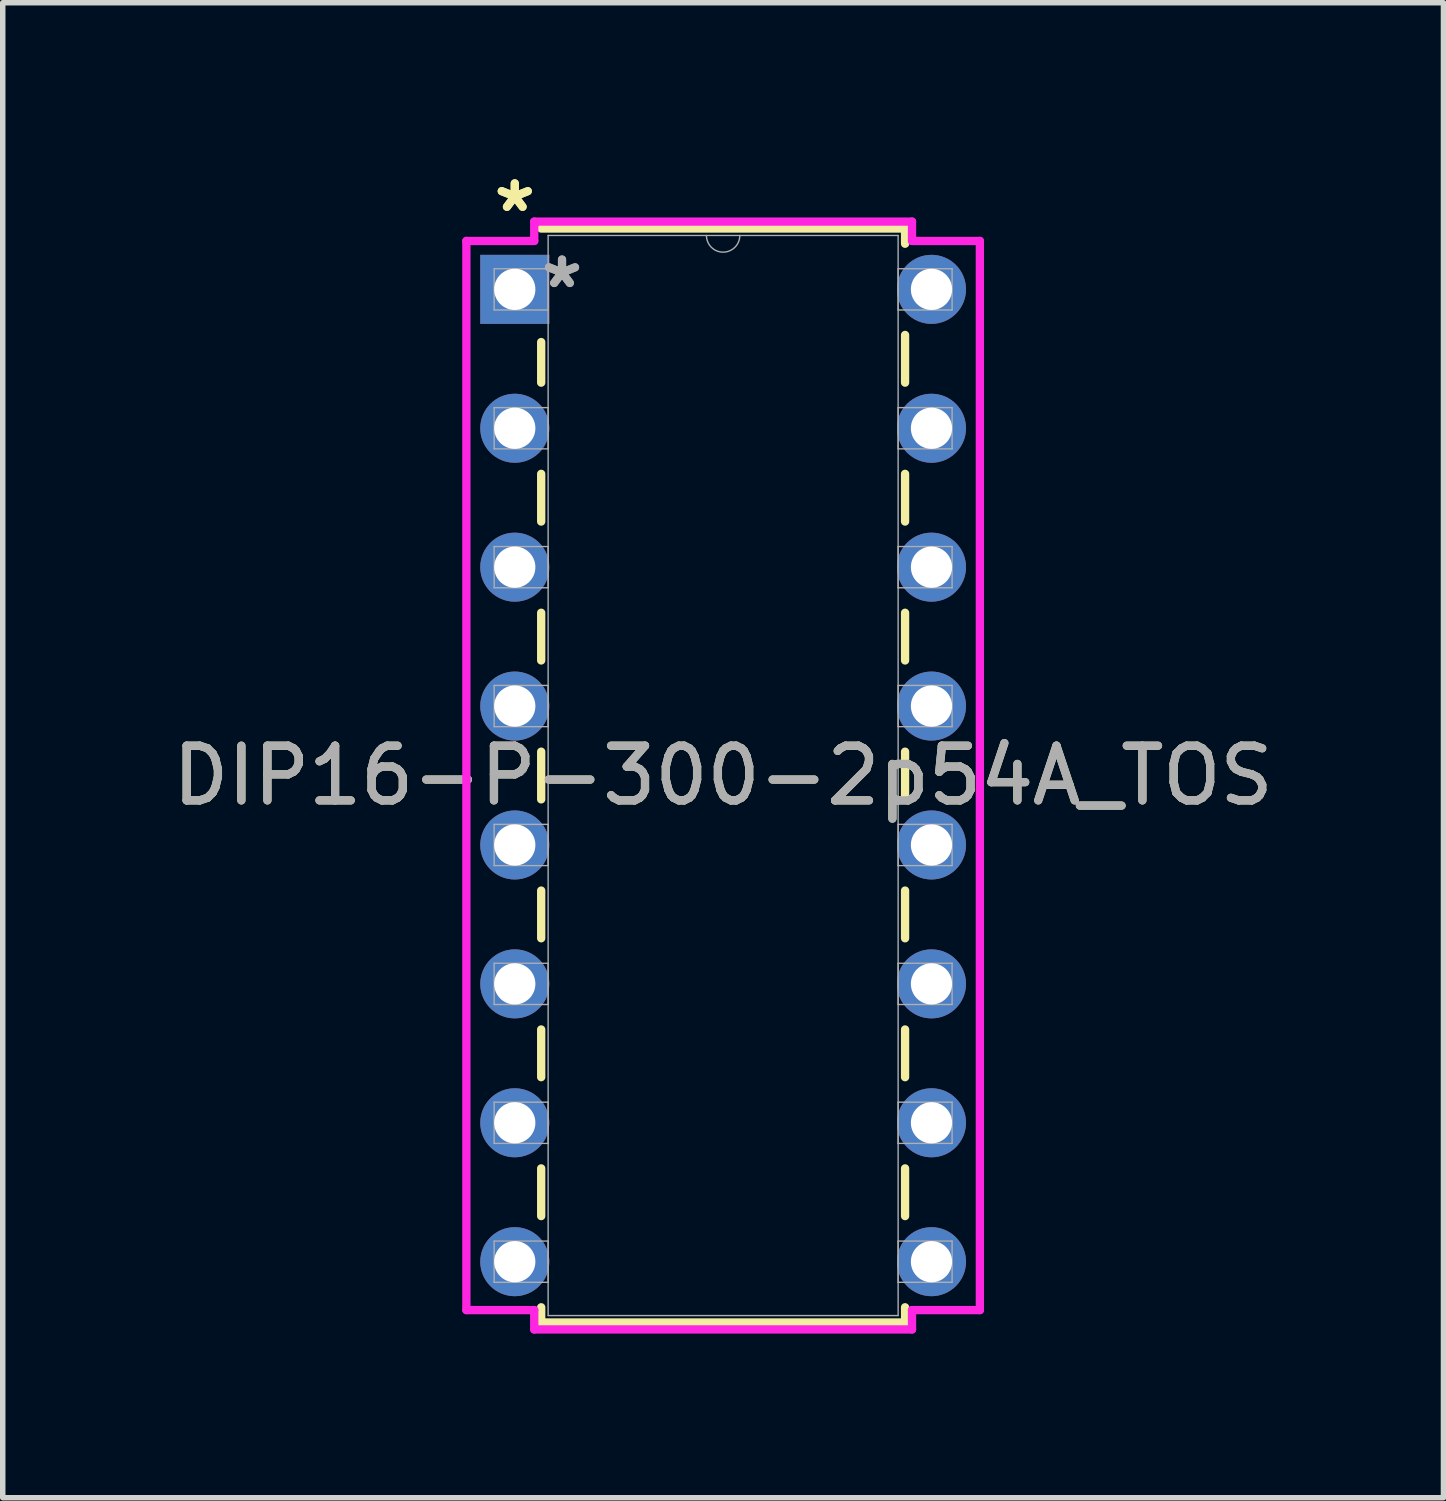
<source format=kicad_pcb>
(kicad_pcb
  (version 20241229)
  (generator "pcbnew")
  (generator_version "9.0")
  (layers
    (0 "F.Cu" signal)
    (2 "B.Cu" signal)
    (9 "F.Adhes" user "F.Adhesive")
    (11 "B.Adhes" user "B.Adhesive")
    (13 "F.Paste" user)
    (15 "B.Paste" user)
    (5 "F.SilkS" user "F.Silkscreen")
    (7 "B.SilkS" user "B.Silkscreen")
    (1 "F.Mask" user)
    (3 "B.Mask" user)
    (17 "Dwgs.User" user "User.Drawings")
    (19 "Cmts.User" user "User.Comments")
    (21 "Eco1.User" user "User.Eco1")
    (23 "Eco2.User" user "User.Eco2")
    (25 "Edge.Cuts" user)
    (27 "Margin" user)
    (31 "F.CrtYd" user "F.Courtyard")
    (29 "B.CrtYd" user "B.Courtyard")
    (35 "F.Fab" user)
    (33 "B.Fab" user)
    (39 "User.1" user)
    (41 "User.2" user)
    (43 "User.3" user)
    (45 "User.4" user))
  (footprint "DIP16-P-300-2p54A_TOS"
    (layer "F.Cu")
    (at 6.363 2.241)
    (property "Reference" "DIP16-P-300-2p54A_TOS" (at 3.81 8.89 0) (unlocked yes) (layer "F.SilkS") (effects (font (size 1 1) (thickness 0.15))))
    (attr through_hole)
    (fp_line (start 0.483 0.964) (end 0.483 1.706) (stroke (width 0.152) (type solid)) (layer "F.SilkS"))
    (fp_line (start 0.483 3.374) (end 0.483 4.246) (stroke (width 0.152) (type solid)) (layer "F.SilkS"))
    (fp_line (start 0.483 5.914) (end 0.483 6.786) (stroke (width 0.152) (type solid)) (layer "F.SilkS"))
    (fp_line (start 0.483 8.454) (end 0.483 9.326) (stroke (width 0.152) (type solid)) (layer "F.SilkS"))
    (fp_line (start 0.483 10.994) (end 0.483 11.866) (stroke (width 0.152) (type solid)) (layer "F.SilkS"))
    (fp_line (start 0.483 13.534) (end 0.483 14.406) (stroke (width 0.152) (type solid)) (layer "F.SilkS"))
    (fp_line (start 0.483 16.074) (end 0.483 16.946) (stroke (width 0.152) (type solid)) (layer "F.SilkS"))
    (fp_line (start 0.483 18.614) (end 0.483 18.892) (stroke (width 0.152) (type solid)) (layer "F.SilkS"))
    (fp_line (start 0.483 18.892) (end 7.137 18.892) (stroke (width 0.152) (type solid)) (layer "F.SilkS"))
    (fp_line (start 7.137 -1.112) (end 0.483 -1.112) (stroke (width 0.152) (type solid)) (layer "F.SilkS"))
    (fp_line (start 7.137 -0.834) (end 7.137 -1.112) (stroke (width 0.152) (type solid)) (layer "F.SilkS"))
    (fp_line (start 7.137 1.706) (end 7.137 0.834) (stroke (width 0.152) (type solid)) (layer "F.SilkS"))
    (fp_line (start 7.137 4.246) (end 7.137 3.374) (stroke (width 0.152) (type solid)) (layer "F.SilkS"))
    (fp_line (start 7.137 6.786) (end 7.137 5.914) (stroke (width 0.152) (type solid)) (layer "F.SilkS"))
    (fp_line (start 7.137 9.326) (end 7.137 8.454) (stroke (width 0.152) (type solid)) (layer "F.SilkS"))
    (fp_line (start 7.137 11.866) (end 7.137 10.994) (stroke (width 0.152) (type solid)) (layer "F.SilkS"))
    (fp_line (start 7.137 14.406) (end 7.137 13.534) (stroke (width 0.152) (type solid)) (layer "F.SilkS"))
    (fp_line (start 7.137 16.946) (end 7.137 16.074) (stroke (width 0.152) (type solid)) (layer "F.SilkS"))
    (fp_line (start 7.137 18.892) (end 7.137 18.614) (stroke (width 0.152) (type solid)) (layer "F.SilkS"))
    (fp_line (start -0.885 -0.885) (end 0.356 -0.885) (stroke (width 0.152) (type solid)) (layer "F.CrtYd"))
    (fp_line (start -0.885 18.665) (end -0.885 -0.885) (stroke (width 0.152) (type solid)) (layer "F.CrtYd"))
    (fp_line (start 0.356 -1.239) (end 7.264 -1.239) (stroke (width 0.152) (type solid)) (layer "F.CrtYd"))
    (fp_line (start 0.356 -0.885) (end 0.356 -1.239) (stroke (width 0.152) (type solid)) (layer "F.CrtYd"))
    (fp_line (start 0.356 18.665) (end -0.885 18.665) (stroke (width 0.152) (type solid)) (layer "F.CrtYd"))
    (fp_line (start 0.356 19.019) (end 0.356 18.665) (stroke (width 0.152) (type solid)) (layer "F.CrtYd"))
    (fp_line (start 7.264 -1.239) (end 7.264 -0.885) (stroke (width 0.152) (type solid)) (layer "F.CrtYd"))
    (fp_line (start 7.264 18.665) (end 7.264 19.019) (stroke (width 0.152) (type solid)) (layer "F.CrtYd"))
    (fp_line (start 7.264 19.019) (end 0.356 19.019) (stroke (width 0.152) (type solid)) (layer "F.CrtYd"))
    (fp_line (start 8.505 -0.885) (end 7.264 -0.885) (stroke (width 0.152) (type solid)) (layer "F.CrtYd"))
    (fp_line (start 8.505 -0.885) (end 8.505 18.665) (stroke (width 0.152) (type solid)) (layer "F.CrtYd"))
    (fp_line (start 8.505 18.665) (end 7.264 18.665) (stroke (width 0.152) (type solid)) (layer "F.CrtYd"))
    (fp_line (start -0.377 -0.377) (end -0.377 0.377) (stroke (width 0.025) (type solid)) (layer "F.Fab"))
    (fp_line (start -0.377 0.377) (end 0.61 0.377) (stroke (width 0.025) (type solid)) (layer "F.Fab"))
    (fp_line (start -0.377 2.163) (end -0.377 2.917) (stroke (width 0.025) (type solid)) (layer "F.Fab"))
    (fp_line (start -0.377 2.917) (end 0.61 2.917) (stroke (width 0.025) (type solid)) (layer "F.Fab"))
    (fp_line (start -0.377 4.703) (end -0.377 5.457) (stroke (width 0.025) (type solid)) (layer "F.Fab"))
    (fp_line (start -0.377 5.457) (end 0.61 5.457) (stroke (width 0.025) (type solid)) (layer "F.Fab"))
    (fp_line (start -0.377 7.243) (end -0.377 7.997) (stroke (width 0.025) (type solid)) (layer "F.Fab"))
    (fp_line (start -0.377 7.997) (end 0.61 7.997) (stroke (width 0.025) (type solid)) (layer "F.Fab"))
    (fp_line (start -0.377 9.783) (end -0.377 10.537) (stroke (width 0.025) (type solid)) (layer "F.Fab"))
    (fp_line (start -0.377 10.537) (end 0.61 10.537) (stroke (width 0.025) (type solid)) (layer "F.Fab"))
    (fp_line (start -0.377 12.323) (end -0.377 13.077) (stroke (width 0.025) (type solid)) (layer "F.Fab"))
    (fp_line (start -0.377 13.077) (end 0.61 13.077) (stroke (width 0.025) (type solid)) (layer "F.Fab"))
    (fp_line (start -0.377 14.863) (end -0.377 15.617) (stroke (width 0.025) (type solid)) (layer "F.Fab"))
    (fp_line (start -0.377 15.617) (end 0.61 15.617) (stroke (width 0.025) (type solid)) (layer "F.Fab"))
    (fp_line (start -0.377 17.403) (end -0.377 18.157) (stroke (width 0.025) (type solid)) (layer "F.Fab"))
    (fp_line (start -0.377 18.157) (end 0.61 18.157) (stroke (width 0.025) (type solid)) (layer "F.Fab"))
    (fp_line (start 0.61 -0.985) (end 0.61 18.765) (stroke (width 0.025) (type solid)) (layer "F.Fab"))
    (fp_line (start 0.61 -0.377) (end -0.377 -0.377) (stroke (width 0.025) (type solid)) (layer "F.Fab"))
    (fp_line (start 0.61 0.377) (end 0.61 -0.377) (stroke (width 0.025) (type solid)) (layer "F.Fab"))
    (fp_line (start 0.61 2.163) (end -0.377 2.163) (stroke (width 0.025) (type solid)) (layer "F.Fab"))
    (fp_line (start 0.61 2.917) (end 0.61 2.163) (stroke (width 0.025) (type solid)) (layer "F.Fab"))
    (fp_line (start 0.61 4.703) (end -0.377 4.703) (stroke (width 0.025) (type solid)) (layer "F.Fab"))
    (fp_line (start 0.61 5.457) (end 0.61 4.703) (stroke (width 0.025) (type solid)) (layer "F.Fab"))
    (fp_line (start 0.61 7.243) (end -0.377 7.243) (stroke (width 0.025) (type solid)) (layer "F.Fab"))
    (fp_line (start 0.61 7.997) (end 0.61 7.243) (stroke (width 0.025) (type solid)) (layer "F.Fab"))
    (fp_line (start 0.61 9.783) (end -0.377 9.783) (stroke (width 0.025) (type solid)) (layer "F.Fab"))
    (fp_line (start 0.61 10.537) (end 0.61 9.783) (stroke (width 0.025) (type solid)) (layer "F.Fab"))
    (fp_line (start 0.61 12.323) (end -0.377 12.323) (stroke (width 0.025) (type solid)) (layer "F.Fab"))
    (fp_line (start 0.61 13.077) (end 0.61 12.323) (stroke (width 0.025) (type solid)) (layer "F.Fab"))
    (fp_line (start 0.61 14.863) (end -0.377 14.863) (stroke (width 0.025) (type solid)) (layer "F.Fab"))
    (fp_line (start 0.61 15.617) (end 0.61 14.863) (stroke (width 0.025) (type solid)) (layer "F.Fab"))
    (fp_line (start 0.61 17.403) (end -0.377 17.403) (stroke (width 0.025) (type solid)) (layer "F.Fab"))
    (fp_line (start 0.61 18.157) (end 0.61 17.403) (stroke (width 0.025) (type solid)) (layer "F.Fab"))
    (fp_line (start 0.61 18.765) (end 7.01 18.765) (stroke (width 0.025) (type solid)) (layer "F.Fab"))
    (fp_line (start 7.01 -0.985) (end 0.61 -0.985) (stroke (width 0.025) (type solid)) (layer "F.Fab"))
    (fp_line (start 7.01 -0.377) (end 7.01 0.377) (stroke (width 0.025) (type solid)) (layer "F.Fab"))
    (fp_line (start 7.01 0.377) (end 7.997 0.377) (stroke (width 0.025) (type solid)) (layer "F.Fab"))
    (fp_line (start 7.01 2.163) (end 7.01 2.917) (stroke (width 0.025) (type solid)) (layer "F.Fab"))
    (fp_line (start 7.01 2.917) (end 7.997 2.917) (stroke (width 0.025) (type solid)) (layer "F.Fab"))
    (fp_line (start 7.01 4.703) (end 7.01 5.457) (stroke (width 0.025) (type solid)) (layer "F.Fab"))
    (fp_line (start 7.01 5.457) (end 7.997 5.457) (stroke (width 0.025) (type solid)) (layer "F.Fab"))
    (fp_line (start 7.01 7.243) (end 7.01 7.997) (stroke (width 0.025) (type solid)) (layer "F.Fab"))
    (fp_line (start 7.01 7.997) (end 7.997 7.997) (stroke (width 0.025) (type solid)) (layer "F.Fab"))
    (fp_line (start 7.01 9.783) (end 7.01 10.537) (stroke (width 0.025) (type solid)) (layer "F.Fab"))
    (fp_line (start 7.01 10.537) (end 7.997 10.537) (stroke (width 0.025) (type solid)) (layer "F.Fab"))
    (fp_line (start 7.01 12.323) (end 7.01 13.077) (stroke (width 0.025) (type solid)) (layer "F.Fab"))
    (fp_line (start 7.01 13.077) (end 7.997 13.077) (stroke (width 0.025) (type solid)) (layer "F.Fab"))
    (fp_line (start 7.01 14.863) (end 7.01 15.617) (stroke (width 0.025) (type solid)) (layer "F.Fab"))
    (fp_line (start 7.01 15.617) (end 7.997 15.617) (stroke (width 0.025) (type solid)) (layer "F.Fab"))
    (fp_line (start 7.01 17.403) (end 7.01 18.157) (stroke (width 0.025) (type solid)) (layer "F.Fab"))
    (fp_line (start 7.01 18.157) (end 7.997 18.157) (stroke (width 0.025) (type solid)) (layer "F.Fab"))
    (fp_line (start 7.01 18.765) (end 7.01 -0.985) (stroke (width 0.025) (type solid)) (layer "F.Fab"))
    (fp_line (start 7.997 -0.377) (end 7.01 -0.377) (stroke (width 0.025) (type solid)) (layer "F.Fab"))
    (fp_line (start 7.997 0.377) (end 7.997 -0.377) (stroke (width 0.025) (type solid)) (layer "F.Fab"))
    (fp_line (start 7.997 2.163) (end 7.01 2.163) (stroke (width 0.025) (type solid)) (layer "F.Fab"))
    (fp_line (start 7.997 2.917) (end 7.997 2.163) (stroke (width 0.025) (type solid)) (layer "F.Fab"))
    (fp_line (start 7.997 4.703) (end 7.01 4.703) (stroke (width 0.025) (type solid)) (layer "F.Fab"))
    (fp_line (start 7.997 5.457) (end 7.997 4.703) (stroke (width 0.025) (type solid)) (layer "F.Fab"))
    (fp_line (start 7.997 7.243) (end 7.01 7.243) (stroke (width 0.025) (type solid)) (layer "F.Fab"))
    (fp_line (start 7.997 7.997) (end 7.997 7.243) (stroke (width 0.025) (type solid)) (layer "F.Fab"))
    (fp_line (start 7.997 9.783) (end 7.01 9.783) (stroke (width 0.025) (type solid)) (layer "F.Fab"))
    (fp_line (start 7.997 10.537) (end 7.997 9.783) (stroke (width 0.025) (type solid)) (layer "F.Fab"))
    (fp_line (start 7.997 12.323) (end 7.01 12.323) (stroke (width 0.025) (type solid)) (layer "F.Fab"))
    (fp_line (start 7.997 13.077) (end 7.997 12.323) (stroke (width 0.025) (type solid)) (layer "F.Fab"))
    (fp_line (start 7.997 14.863) (end 7.01 14.863) (stroke (width 0.025) (type solid)) (layer "F.Fab"))
    (fp_line (start 7.997 15.617) (end 7.997 14.863) (stroke (width 0.025) (type solid)) (layer "F.Fab"))
    (fp_line (start 7.997 17.403) (end 7.01 17.403) (stroke (width 0.025) (type solid)) (layer "F.Fab"))
    (fp_line (start 7.997 18.157) (end 7.997 17.403) (stroke (width 0.025) (type solid)) (layer "F.Fab"))
    (fp_arc (start 4.1148 -0.985) (mid 3.81 -0.6802) (end 3.5052 -0.985) (stroke (width 0.0254) (type solid)) (layer "F.Fab"))
    (fp_text user "*" (at 0 -1.393 0) (unlocked yes) (layer "F.SilkS") (effects (font (size 1 1) (thickness 0.15))))
    (fp_text user "*" (at 0 -1.393 0) (layer "F.SilkS") (effects (font (size 1 1) (thickness 0.15))))
    (fp_text user "${REFERENCE}" (at 3.81 8.89 0) (unlocked yes) (layer "F.Fab") (effects (font (size 1 1) (thickness 0.15))))
    (fp_text user "*" (at 0.864 0 0) (unlocked yes) (layer "F.Fab") (effects (font (size 1 1) (thickness 0.15))))
    (fp_text user "*" (at 0.864 0 0) (layer "F.Fab") (effects (font (size 1 1) (thickness 0.15))))
    (pad "1" thru_hole rect (at 0 0) (size 1.262 1.262) (drill 0.754) (layers "*.Cu" "*.Mask"))
    (pad "2" thru_hole circle (at 0 2.54) (size 1.262 1.262) (drill 0.754) (layers "*.Cu" "*.Mask"))
    (pad "3" thru_hole circle (at 0 5.08) (size 1.262 1.262) (drill 0.754) (layers "*.Cu" "*.Mask"))
    (pad "4" thru_hole circle (at 0 7.62) (size 1.262 1.262) (drill 0.754) (layers "*.Cu" "*.Mask"))
    (pad "5" thru_hole circle (at 0 10.16) (size 1.262 1.262) (drill 0.754) (layers "*.Cu" "*.Mask"))
    (pad "6" thru_hole circle (at 0 12.7) (size 1.262 1.262) (drill 0.754) (layers "*.Cu" "*.Mask"))
    (pad "7" thru_hole circle (at 0 15.24) (size 1.262 1.262) (drill 0.754) (layers "*.Cu" "*.Mask"))
    (pad "8" thru_hole circle (at 0 17.78) (size 1.262 1.262) (drill 0.754) (layers "*.Cu" "*.Mask"))
    (pad "9" thru_hole circle (at 7.62 17.78) (size 1.262 1.262) (drill 0.754) (layers "*.Cu" "*.Mask"))
    (pad "10" thru_hole circle (at 7.62 15.24) (size 1.262 1.262) (drill 0.754) (layers "*.Cu" "*.Mask"))
    (pad "11" thru_hole circle (at 7.62 12.7) (size 1.262 1.262) (drill 0.754) (layers "*.Cu" "*.Mask"))
    (pad "12" thru_hole circle (at 7.62 10.16) (size 1.262 1.262) (drill 0.754) (layers "*.Cu" "*.Mask"))
    (pad "13" thru_hole circle (at 7.62 7.62) (size 1.262 1.262) (drill 0.754) (layers "*.Cu" "*.Mask"))
    (pad "14" thru_hole circle (at 7.62 5.08) (size 1.262 1.262) (drill 0.754) (layers "*.Cu" "*.Mask"))
    (pad "15" thru_hole circle (at 7.62 2.54) (size 1.262 1.262) (drill 0.754) (layers "*.Cu" "*.Mask"))
    (pad "16" thru_hole circle (at 7.62 0) (size 1.262 1.262) (drill 0.754) (layers "*.Cu" "*.Mask")))
  (gr_rect
    (start -3 -3)
    (end 23.345 24.337)
    (stroke (width 0.1) (type default))
    (fill no)
    (layer "Edge.Cuts")))
</source>
